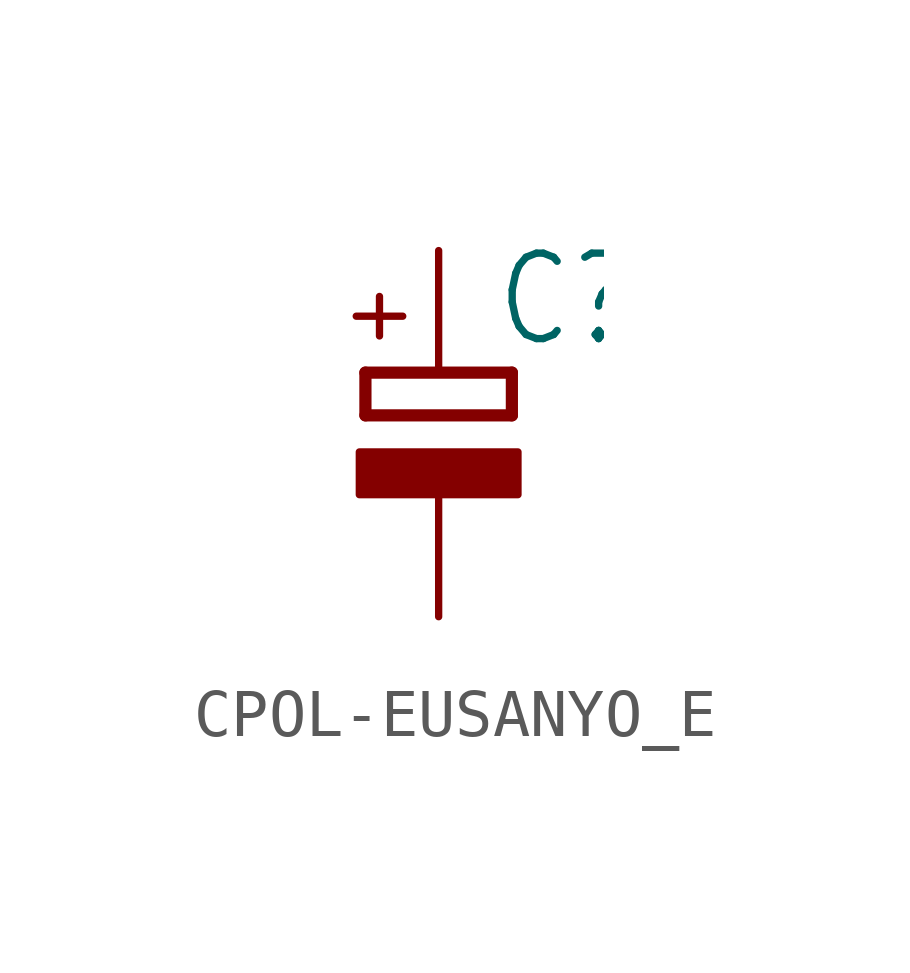
<source format=kicad_sym>
(kicad_symbol_lib
  (version 20231120)
  (generator "kicad_symbol_editor")
  (generator_version "8.0")
  (symbol "CPOL-EUSANYO_E"
    (property "Reference" "C"
      (at 1.143 0.483 0)
      (effects (font (size 1.778 1.511)) (justify left bottom)))
    (property "Value" ""
      (at 1.143 -4.597 0)
      (effects (font (size 1.778 1.511)) (justify left bottom)))
    (property "ki_locked" ""
      (at 0 0 0)
      (effects (font (size 1.27 1.27))))
    (symbol "CPOL-EUSANYO_E_1_0"
      (rectangle (start -1.651 -2.54) (end 1.651 -1.651) (stroke (width 0) (type default)) (fill (type outline)))
      (polyline (pts (xy -1.524 -0.889) (xy 1.524 -0.889)) (stroke (width 0.254) (type solid)) (fill (type none)))
      (polyline (pts (xy -1.524 0) (xy -1.524 -0.889)) (stroke (width 0.254) (type solid)) (fill (type none)))
      (polyline (pts (xy -1.524 0) (xy 1.524 0)) (stroke (width 0.254) (type solid)) (fill (type none)))
      (polyline (pts (xy 1.524 -0.889) (xy 1.524 0)) (stroke (width 0.254) (type solid)) (fill (type none)))
      (text "+" (at -0.584 0.406 900) (effects (font (size 1.27 1.079)) (justify left bottom)))
      (pin passive line (at 0 2.54 270) (length 2.54) (name "+" (effects (font (size 0 0)))) (number "+" (effects (font (size 0 0)))))
      (pin passive line (at 0 -5.08 90) (length 2.54) (name "-" (effects (font (size 0 0)))) (number "-" (effects (font (size 0 0))))))))
</source>
